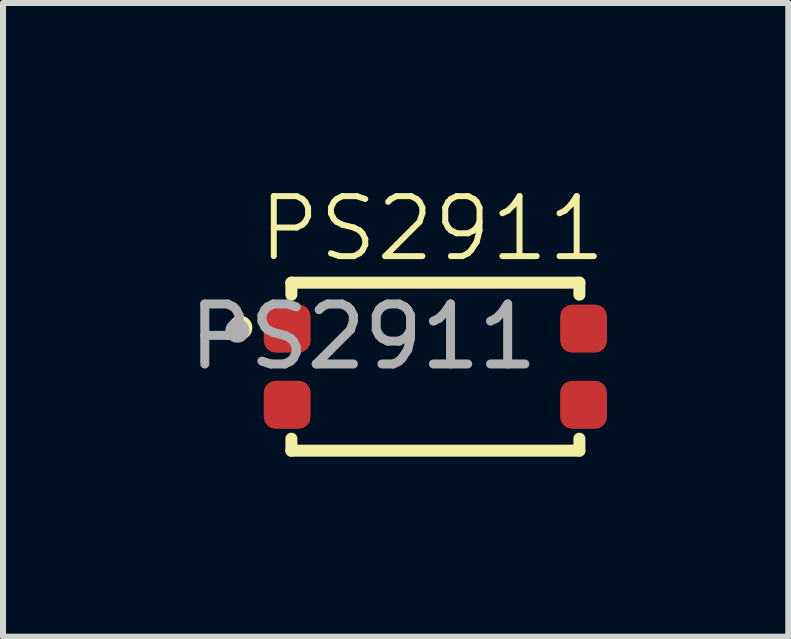
<source format=kicad_pcb>
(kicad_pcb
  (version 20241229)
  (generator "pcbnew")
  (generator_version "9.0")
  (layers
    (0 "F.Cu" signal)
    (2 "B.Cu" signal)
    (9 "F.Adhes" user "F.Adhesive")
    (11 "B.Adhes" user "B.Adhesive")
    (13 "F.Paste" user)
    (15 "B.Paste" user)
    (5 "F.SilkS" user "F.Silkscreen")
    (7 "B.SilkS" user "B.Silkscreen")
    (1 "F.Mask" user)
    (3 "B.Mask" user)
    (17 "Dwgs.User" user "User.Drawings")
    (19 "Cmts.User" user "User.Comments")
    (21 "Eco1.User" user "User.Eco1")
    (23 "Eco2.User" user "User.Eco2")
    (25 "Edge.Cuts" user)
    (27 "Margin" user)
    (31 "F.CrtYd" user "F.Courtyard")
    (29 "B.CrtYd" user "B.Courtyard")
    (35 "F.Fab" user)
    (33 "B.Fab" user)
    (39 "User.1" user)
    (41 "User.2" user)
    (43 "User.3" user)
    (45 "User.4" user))
  (footprint "PS2911"
    (layer "F.Cu")
    (at 4.206 3.061)
    (property "Reference" "PS2911" (at -0.05 -2.3 0) (unlocked yes) (layer "F.SilkS") (effects (font (size 1 1) (thickness 0.1))))
    (attr smd)
    (fp_line (start -2.4 -1.4) (end -2.4 -1.2) (stroke (width 0.2) (type default)) (layer "F.SilkS"))
    (fp_line (start -2.4 -1.4) (end 2.4 -1.4) (stroke (width 0.2) (type default)) (layer "F.SilkS"))
    (fp_line (start -2.4 1.2) (end -2.4 1.4) (stroke (width 0.2) (type default)) (layer "F.SilkS"))
    (fp_line (start -2.4 1.4) (end 2.4 1.4) (stroke (width 0.2) (type default)) (layer "F.SilkS"))
    (fp_line (start 2.4 -1.4) (end 2.4 -1.2) (stroke (width 0.2) (type default)) (layer "F.SilkS"))
    (fp_line (start 2.4 1.2) (end 2.4 1.4) (stroke (width 0.2) (type default)) (layer "F.SilkS"))
    (fp_circle (center -3.25 -0.65) (end -3.15 -0.65) (stroke (width 0.2) (type solid)) (fill no) (layer "F.SilkS"))
    (fp_circle (center -3.3 -0.6) (end -3.2 -0.6) (stroke (width 0.2) (type solid)) (fill no) (layer "F.Fab"))
    (fp_text user "${REFERENCE}" (at -1.2 -0.5 0) (unlocked yes) (layer "F.Fab") (effects (font (size 1 1) (thickness 0.15))))
    (pad "1" smd roundrect (at -2.47 -0.635) (size 0.78 0.8) (layers "F.Cu" "F.Mask" "F.Paste") (roundrect_rratio 0.25))
    (pad "2" smd roundrect (at -2.47 0.635) (size 0.78 0.8) (layers "F.Cu" "F.Mask" "F.Paste") (roundrect_rratio 0.25))
    (pad "3" smd roundrect (at 2.47 0.635) (size 0.78 0.8) (layers "F.Cu" "F.Mask" "F.Paste") (roundrect_rratio 0.25))
    (pad "4" smd roundrect (at 2.47 -0.635) (size 0.78 0.8) (layers "F.Cu" "F.Mask" "F.Paste") (roundrect_rratio 0.25)))
  (gr_rect
    (start -3 -3)
    (end 10.087 7.561)
    (stroke (width 0.1) (type default))
    (fill no)
    (layer "Edge.Cuts")))
</source>
